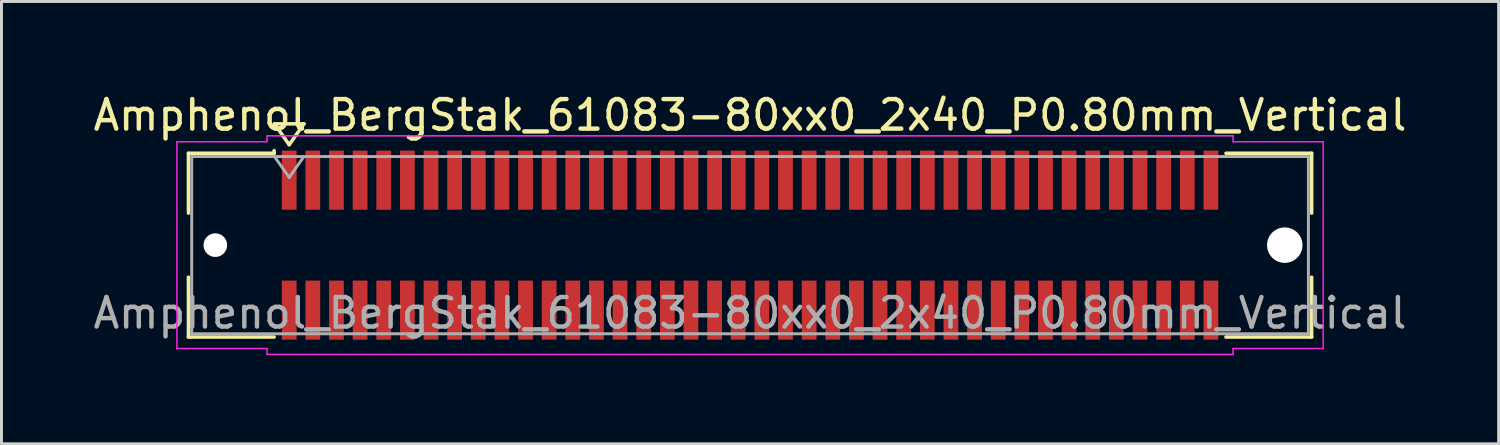
<source format=kicad_pcb>
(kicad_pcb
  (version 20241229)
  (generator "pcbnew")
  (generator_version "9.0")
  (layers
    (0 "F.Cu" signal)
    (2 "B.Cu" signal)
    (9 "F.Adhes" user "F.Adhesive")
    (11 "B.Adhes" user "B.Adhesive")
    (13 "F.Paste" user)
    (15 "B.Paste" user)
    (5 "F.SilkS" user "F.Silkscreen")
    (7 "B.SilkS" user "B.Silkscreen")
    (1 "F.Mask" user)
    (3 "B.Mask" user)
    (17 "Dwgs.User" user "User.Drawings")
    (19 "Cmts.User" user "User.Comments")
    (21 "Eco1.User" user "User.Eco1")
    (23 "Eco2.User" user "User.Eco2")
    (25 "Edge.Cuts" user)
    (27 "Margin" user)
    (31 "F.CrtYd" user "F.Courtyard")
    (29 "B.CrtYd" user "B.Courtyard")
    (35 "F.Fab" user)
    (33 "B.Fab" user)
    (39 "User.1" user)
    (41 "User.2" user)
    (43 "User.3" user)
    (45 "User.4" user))
  (footprint "Amphenol_BergStak_61083-80xx0_2x40_P0.80mm_Vertical"
    (layer "F.Cu")
    (at 22.339 5.248)
    (property "Reference" "Amphenol_BergStak_61083-80xx0_2x40_P0.80mm_Vertical" (at 0 -4.4 0) (layer "F.SilkS") (effects (font (size 1 1) (thickness 0.15))))
    (attr smd)
    (fp_line (start -19.01 -3.11) (end -16.11 -3.11) (stroke (width 0.12) (type solid)) (layer "F.SilkS"))
    (fp_line (start -19.01 -1.085) (end -19.01 -3.11) (stroke (width 0.12) (type solid)) (layer "F.SilkS"))
    (fp_line (start -19.01 1.085) (end -19.01 3.11) (stroke (width 0.12) (type solid)) (layer "F.SilkS"))
    (fp_line (start -19.01 3.11) (end -16.11 3.11) (stroke (width 0.12) (type solid)) (layer "F.SilkS"))
    (fp_line (start -16.11 -3.11) (end -16.11 -3.2) (stroke (width 0.12) (type solid)) (layer "F.SilkS"))
    (fp_line (start -16.1 -4.107) (end -15.6 -3.4) (stroke (width 0.12) (type solid)) (layer "F.SilkS"))
    (fp_line (start -15.6 -3.4) (end -15.1 -4.107) (stroke (width 0.12) (type solid)) (layer "F.SilkS"))
    (fp_line (start -15.1 -4.107) (end -16.1 -4.107) (stroke (width 0.12) (type solid)) (layer "F.SilkS"))
    (fp_line (start 19.01 -3.11) (end 16.11 -3.11) (stroke (width 0.12) (type solid)) (layer "F.SilkS"))
    (fp_line (start 19.01 -1.085) (end 19.01 -3.11) (stroke (width 0.12) (type solid)) (layer "F.SilkS"))
    (fp_line (start 19.01 1.085) (end 19.01 3.11) (stroke (width 0.12) (type solid)) (layer "F.SilkS"))
    (fp_line (start 19.01 3.11) (end 16.11 3.11) (stroke (width 0.12) (type solid)) (layer "F.SilkS"))
    (fp_line (start -19.4 -3.5) (end -19.4 3.5) (stroke (width 0.05) (type solid)) (layer "F.CrtYd"))
    (fp_line (start -19.4 3.5) (end -16.35 3.5) (stroke (width 0.05) (type solid)) (layer "F.CrtYd"))
    (fp_line (start -16.35 -3.7) (end -16.35 -3.5) (stroke (width 0.05) (type solid)) (layer "F.CrtYd"))
    (fp_line (start -16.35 -3.5) (end -19.4 -3.5) (stroke (width 0.05) (type solid)) (layer "F.CrtYd"))
    (fp_line (start -16.35 3.5) (end -16.35 3.7) (stroke (width 0.05) (type solid)) (layer "F.CrtYd"))
    (fp_line (start -16.35 3.7) (end 0 3.7) (stroke (width 0.05) (type solid)) (layer "F.CrtYd"))
    (fp_line (start 0 -3.7) (end -16.35 -3.7) (stroke (width 0.05) (type solid)) (layer "F.CrtYd"))
    (fp_line (start 0 -3.7) (end 16.35 -3.7) (stroke (width 0.05) (type solid)) (layer "F.CrtYd"))
    (fp_line (start 16.35 -3.7) (end 16.35 -3.5) (stroke (width 0.05) (type solid)) (layer "F.CrtYd"))
    (fp_line (start 16.35 -3.5) (end 19.4 -3.5) (stroke (width 0.05) (type solid)) (layer "F.CrtYd"))
    (fp_line (start 16.35 3.5) (end 16.35 3.7) (stroke (width 0.05) (type solid)) (layer "F.CrtYd"))
    (fp_line (start 16.35 3.7) (end 0 3.7) (stroke (width 0.05) (type solid)) (layer "F.CrtYd"))
    (fp_line (start 19.4 -3.5) (end 19.4 3.5) (stroke (width 0.05) (type solid)) (layer "F.CrtYd"))
    (fp_line (start 19.4 3.5) (end 16.35 3.5) (stroke (width 0.05) (type solid)) (layer "F.CrtYd"))
    (fp_line (start -18.9 -3) (end -18.9 3) (stroke (width 0.1) (type solid)) (layer "F.Fab"))
    (fp_line (start -18.9 3) (end 18.9 3) (stroke (width 0.1) (type solid)) (layer "F.Fab"))
    (fp_line (start -16.1 -3) (end -15.6 -2.293) (stroke (width 0.1) (type solid)) (layer "F.Fab"))
    (fp_line (start -15.6 -2.293) (end -15.1 -3) (stroke (width 0.1) (type solid)) (layer "F.Fab"))
    (fp_line (start 18.9 -3) (end -18.9 -3) (stroke (width 0.1) (type solid)) (layer "F.Fab"))
    (fp_line (start 18.9 3) (end 18.9 -3) (stroke (width 0.1) (type solid)) (layer "F.Fab"))
    (fp_text user "${REFERENCE}" (at 0 2.3 0) (layer "F.Fab") (effects (font (size 1 1) (thickness 0.15))))
    (pad "" np_thru_hole circle (at -18.1 0) (size 0.8 0.8) (drill 0.8) (layers "*.Cu" "*.Mask"))
    (pad "" np_thru_hole circle (at 18.1 0) (size 1.2 1.2) (drill 1.2) (layers "*.Cu" "*.Mask"))
    (pad "1" smd rect (at -15.6 -2.2) (size 0.5 2) (layers "F.Cu" "F.Mask" "F.Paste"))
    (pad "2" smd rect (at -15.6 2.2) (size 0.5 2) (layers "F.Cu" "F.Mask" "F.Paste"))
    (pad "3" smd rect (at -14.8 -2.2) (size 0.5 2) (layers "F.Cu" "F.Mask" "F.Paste"))
    (pad "4" smd rect (at -14.8 2.2) (size 0.5 2) (layers "F.Cu" "F.Mask" "F.Paste"))
    (pad "5" smd rect (at -14 -2.2) (size 0.5 2) (layers "F.Cu" "F.Mask" "F.Paste"))
    (pad "6" smd rect (at -14 2.2) (size 0.5 2) (layers "F.Cu" "F.Mask" "F.Paste"))
    (pad "7" smd rect (at -13.2 -2.2) (size 0.5 2) (layers "F.Cu" "F.Mask" "F.Paste"))
    (pad "8" smd rect (at -13.2 2.2) (size 0.5 2) (layers "F.Cu" "F.Mask" "F.Paste"))
    (pad "9" smd rect (at -12.4 -2.2) (size 0.5 2) (layers "F.Cu" "F.Mask" "F.Paste"))
    (pad "10" smd rect (at -12.4 2.2) (size 0.5 2) (layers "F.Cu" "F.Mask" "F.Paste"))
    (pad "11" smd rect (at -11.6 -2.2) (size 0.5 2) (layers "F.Cu" "F.Mask" "F.Paste"))
    (pad "12" smd rect (at -11.6 2.2) (size 0.5 2) (layers "F.Cu" "F.Mask" "F.Paste"))
    (pad "13" smd rect (at -10.8 -2.2) (size 0.5 2) (layers "F.Cu" "F.Mask" "F.Paste"))
    (pad "14" smd rect (at -10.8 2.2) (size 0.5 2) (layers "F.Cu" "F.Mask" "F.Paste"))
    (pad "15" smd rect (at -10 -2.2) (size 0.5 2) (layers "F.Cu" "F.Mask" "F.Paste"))
    (pad "16" smd rect (at -10 2.2) (size 0.5 2) (layers "F.Cu" "F.Mask" "F.Paste"))
    (pad "17" smd rect (at -9.2 -2.2) (size 0.5 2) (layers "F.Cu" "F.Mask" "F.Paste"))
    (pad "18" smd rect (at -9.2 2.2) (size 0.5 2) (layers "F.Cu" "F.Mask" "F.Paste"))
    (pad "19" smd rect (at -8.4 -2.2) (size 0.5 2) (layers "F.Cu" "F.Mask" "F.Paste"))
    (pad "20" smd rect (at -8.4 2.2) (size 0.5 2) (layers "F.Cu" "F.Mask" "F.Paste"))
    (pad "21" smd rect (at -7.6 -2.2) (size 0.5 2) (layers "F.Cu" "F.Mask" "F.Paste"))
    (pad "22" smd rect (at -7.6 2.2) (size 0.5 2) (layers "F.Cu" "F.Mask" "F.Paste"))
    (pad "23" smd rect (at -6.8 -2.2) (size 0.5 2) (layers "F.Cu" "F.Mask" "F.Paste"))
    (pad "24" smd rect (at -6.8 2.2) (size 0.5 2) (layers "F.Cu" "F.Mask" "F.Paste"))
    (pad "25" smd rect (at -6 -2.2) (size 0.5 2) (layers "F.Cu" "F.Mask" "F.Paste"))
    (pad "26" smd rect (at -6 2.2) (size 0.5 2) (layers "F.Cu" "F.Mask" "F.Paste"))
    (pad "27" smd rect (at -5.2 -2.2) (size 0.5 2) (layers "F.Cu" "F.Mask" "F.Paste"))
    (pad "28" smd rect (at -5.2 2.2) (size 0.5 2) (layers "F.Cu" "F.Mask" "F.Paste"))
    (pad "29" smd rect (at -4.4 -2.2) (size 0.5 2) (layers "F.Cu" "F.Mask" "F.Paste"))
    (pad "30" smd rect (at -4.4 2.2) (size 0.5 2) (layers "F.Cu" "F.Mask" "F.Paste"))
    (pad "31" smd rect (at -3.6 -2.2) (size 0.5 2) (layers "F.Cu" "F.Mask" "F.Paste"))
    (pad "32" smd rect (at -3.6 2.2) (size 0.5 2) (layers "F.Cu" "F.Mask" "F.Paste"))
    (pad "33" smd rect (at -2.8 -2.2) (size 0.5 2) (layers "F.Cu" "F.Mask" "F.Paste"))
    (pad "34" smd rect (at -2.8 2.2) (size 0.5 2) (layers "F.Cu" "F.Mask" "F.Paste"))
    (pad "35" smd rect (at -2 -2.2) (size 0.5 2) (layers "F.Cu" "F.Mask" "F.Paste"))
    (pad "36" smd rect (at -2 2.2) (size 0.5 2) (layers "F.Cu" "F.Mask" "F.Paste"))
    (pad "37" smd rect (at -1.2 -2.2) (size 0.5 2) (layers "F.Cu" "F.Mask" "F.Paste"))
    (pad "38" smd rect (at -1.2 2.2) (size 0.5 2) (layers "F.Cu" "F.Mask" "F.Paste"))
    (pad "39" smd rect (at -0.4 -2.2) (size 0.5 2) (layers "F.Cu" "F.Mask" "F.Paste"))
    (pad "40" smd rect (at -0.4 2.2) (size 0.5 2) (layers "F.Cu" "F.Mask" "F.Paste"))
    (pad "41" smd rect (at 0.4 -2.2) (size 0.5 2) (layers "F.Cu" "F.Mask" "F.Paste"))
    (pad "42" smd rect (at 0.4 2.2) (size 0.5 2) (layers "F.Cu" "F.Mask" "F.Paste"))
    (pad "43" smd rect (at 1.2 -2.2) (size 0.5 2) (layers "F.Cu" "F.Mask" "F.Paste"))
    (pad "44" smd rect (at 1.2 2.2) (size 0.5 2) (layers "F.Cu" "F.Mask" "F.Paste"))
    (pad "45" smd rect (at 2 -2.2) (size 0.5 2) (layers "F.Cu" "F.Mask" "F.Paste"))
    (pad "46" smd rect (at 2 2.2) (size 0.5 2) (layers "F.Cu" "F.Mask" "F.Paste"))
    (pad "47" smd rect (at 2.8 -2.2) (size 0.5 2) (layers "F.Cu" "F.Mask" "F.Paste"))
    (pad "48" smd rect (at 2.8 2.2) (size 0.5 2) (layers "F.Cu" "F.Mask" "F.Paste"))
    (pad "49" smd rect (at 3.6 -2.2) (size 0.5 2) (layers "F.Cu" "F.Mask" "F.Paste"))
    (pad "50" smd rect (at 3.6 2.2) (size 0.5 2) (layers "F.Cu" "F.Mask" "F.Paste"))
    (pad "51" smd rect (at 4.4 -2.2) (size 0.5 2) (layers "F.Cu" "F.Mask" "F.Paste"))
    (pad "52" smd rect (at 4.4 2.2) (size 0.5 2) (layers "F.Cu" "F.Mask" "F.Paste"))
    (pad "53" smd rect (at 5.2 -2.2) (size 0.5 2) (layers "F.Cu" "F.Mask" "F.Paste"))
    (pad "54" smd rect (at 5.2 2.2) (size 0.5 2) (layers "F.Cu" "F.Mask" "F.Paste"))
    (pad "55" smd rect (at 6 -2.2) (size 0.5 2) (layers "F.Cu" "F.Mask" "F.Paste"))
    (pad "56" smd rect (at 6 2.2) (size 0.5 2) (layers "F.Cu" "F.Mask" "F.Paste"))
    (pad "57" smd rect (at 6.8 -2.2) (size 0.5 2) (layers "F.Cu" "F.Mask" "F.Paste"))
    (pad "58" smd rect (at 6.8 2.2) (size 0.5 2) (layers "F.Cu" "F.Mask" "F.Paste"))
    (pad "59" smd rect (at 7.6 -2.2) (size 0.5 2) (layers "F.Cu" "F.Mask" "F.Paste"))
    (pad "60" smd rect (at 7.6 2.2) (size 0.5 2) (layers "F.Cu" "F.Mask" "F.Paste"))
    (pad "61" smd rect (at 8.4 -2.2) (size 0.5 2) (layers "F.Cu" "F.Mask" "F.Paste"))
    (pad "62" smd rect (at 8.4 2.2) (size 0.5 2) (layers "F.Cu" "F.Mask" "F.Paste"))
    (pad "63" smd rect (at 9.2 -2.2) (size 0.5 2) (layers "F.Cu" "F.Mask" "F.Paste"))
    (pad "64" smd rect (at 9.2 2.2) (size 0.5 2) (layers "F.Cu" "F.Mask" "F.Paste"))
    (pad "65" smd rect (at 10 -2.2) (size 0.5 2) (layers "F.Cu" "F.Mask" "F.Paste"))
    (pad "66" smd rect (at 10 2.2) (size 0.5 2) (layers "F.Cu" "F.Mask" "F.Paste"))
    (pad "67" smd rect (at 10.8 -2.2) (size 0.5 2) (layers "F.Cu" "F.Mask" "F.Paste"))
    (pad "68" smd rect (at 10.8 2.2) (size 0.5 2) (layers "F.Cu" "F.Mask" "F.Paste"))
    (pad "69" smd rect (at 11.6 -2.2) (size 0.5 2) (layers "F.Cu" "F.Mask" "F.Paste"))
    (pad "70" smd rect (at 11.6 2.2) (size 0.5 2) (layers "F.Cu" "F.Mask" "F.Paste"))
    (pad "71" smd rect (at 12.4 -2.2) (size 0.5 2) (layers "F.Cu" "F.Mask" "F.Paste"))
    (pad "72" smd rect (at 12.4 2.2) (size 0.5 2) (layers "F.Cu" "F.Mask" "F.Paste"))
    (pad "73" smd rect (at 13.2 -2.2) (size 0.5 2) (layers "F.Cu" "F.Mask" "F.Paste"))
    (pad "74" smd rect (at 13.2 2.2) (size 0.5 2) (layers "F.Cu" "F.Mask" "F.Paste"))
    (pad "75" smd rect (at 14 -2.2) (size 0.5 2) (layers "F.Cu" "F.Mask" "F.Paste"))
    (pad "76" smd rect (at 14 2.2) (size 0.5 2) (layers "F.Cu" "F.Mask" "F.Paste"))
    (pad "77" smd rect (at 14.8 -2.2) (size 0.5 2) (layers "F.Cu" "F.Mask" "F.Paste"))
    (pad "78" smd rect (at 14.8 2.2) (size 0.5 2) (layers "F.Cu" "F.Mask" "F.Paste"))
    (pad "79" smd rect (at 15.6 -2.2) (size 0.5 2) (layers "F.Cu" "F.Mask" "F.Paste"))
    (pad "80" smd rect (at 15.6 2.2) (size 0.5 2) (layers "F.Cu" "F.Mask" "F.Paste")))
  (gr_rect
    (start -3 -3)
    (end 47.679 11.973)
    (stroke (width 0.1) (type default))
    (fill no)
    (layer "Edge.Cuts")))
</source>
